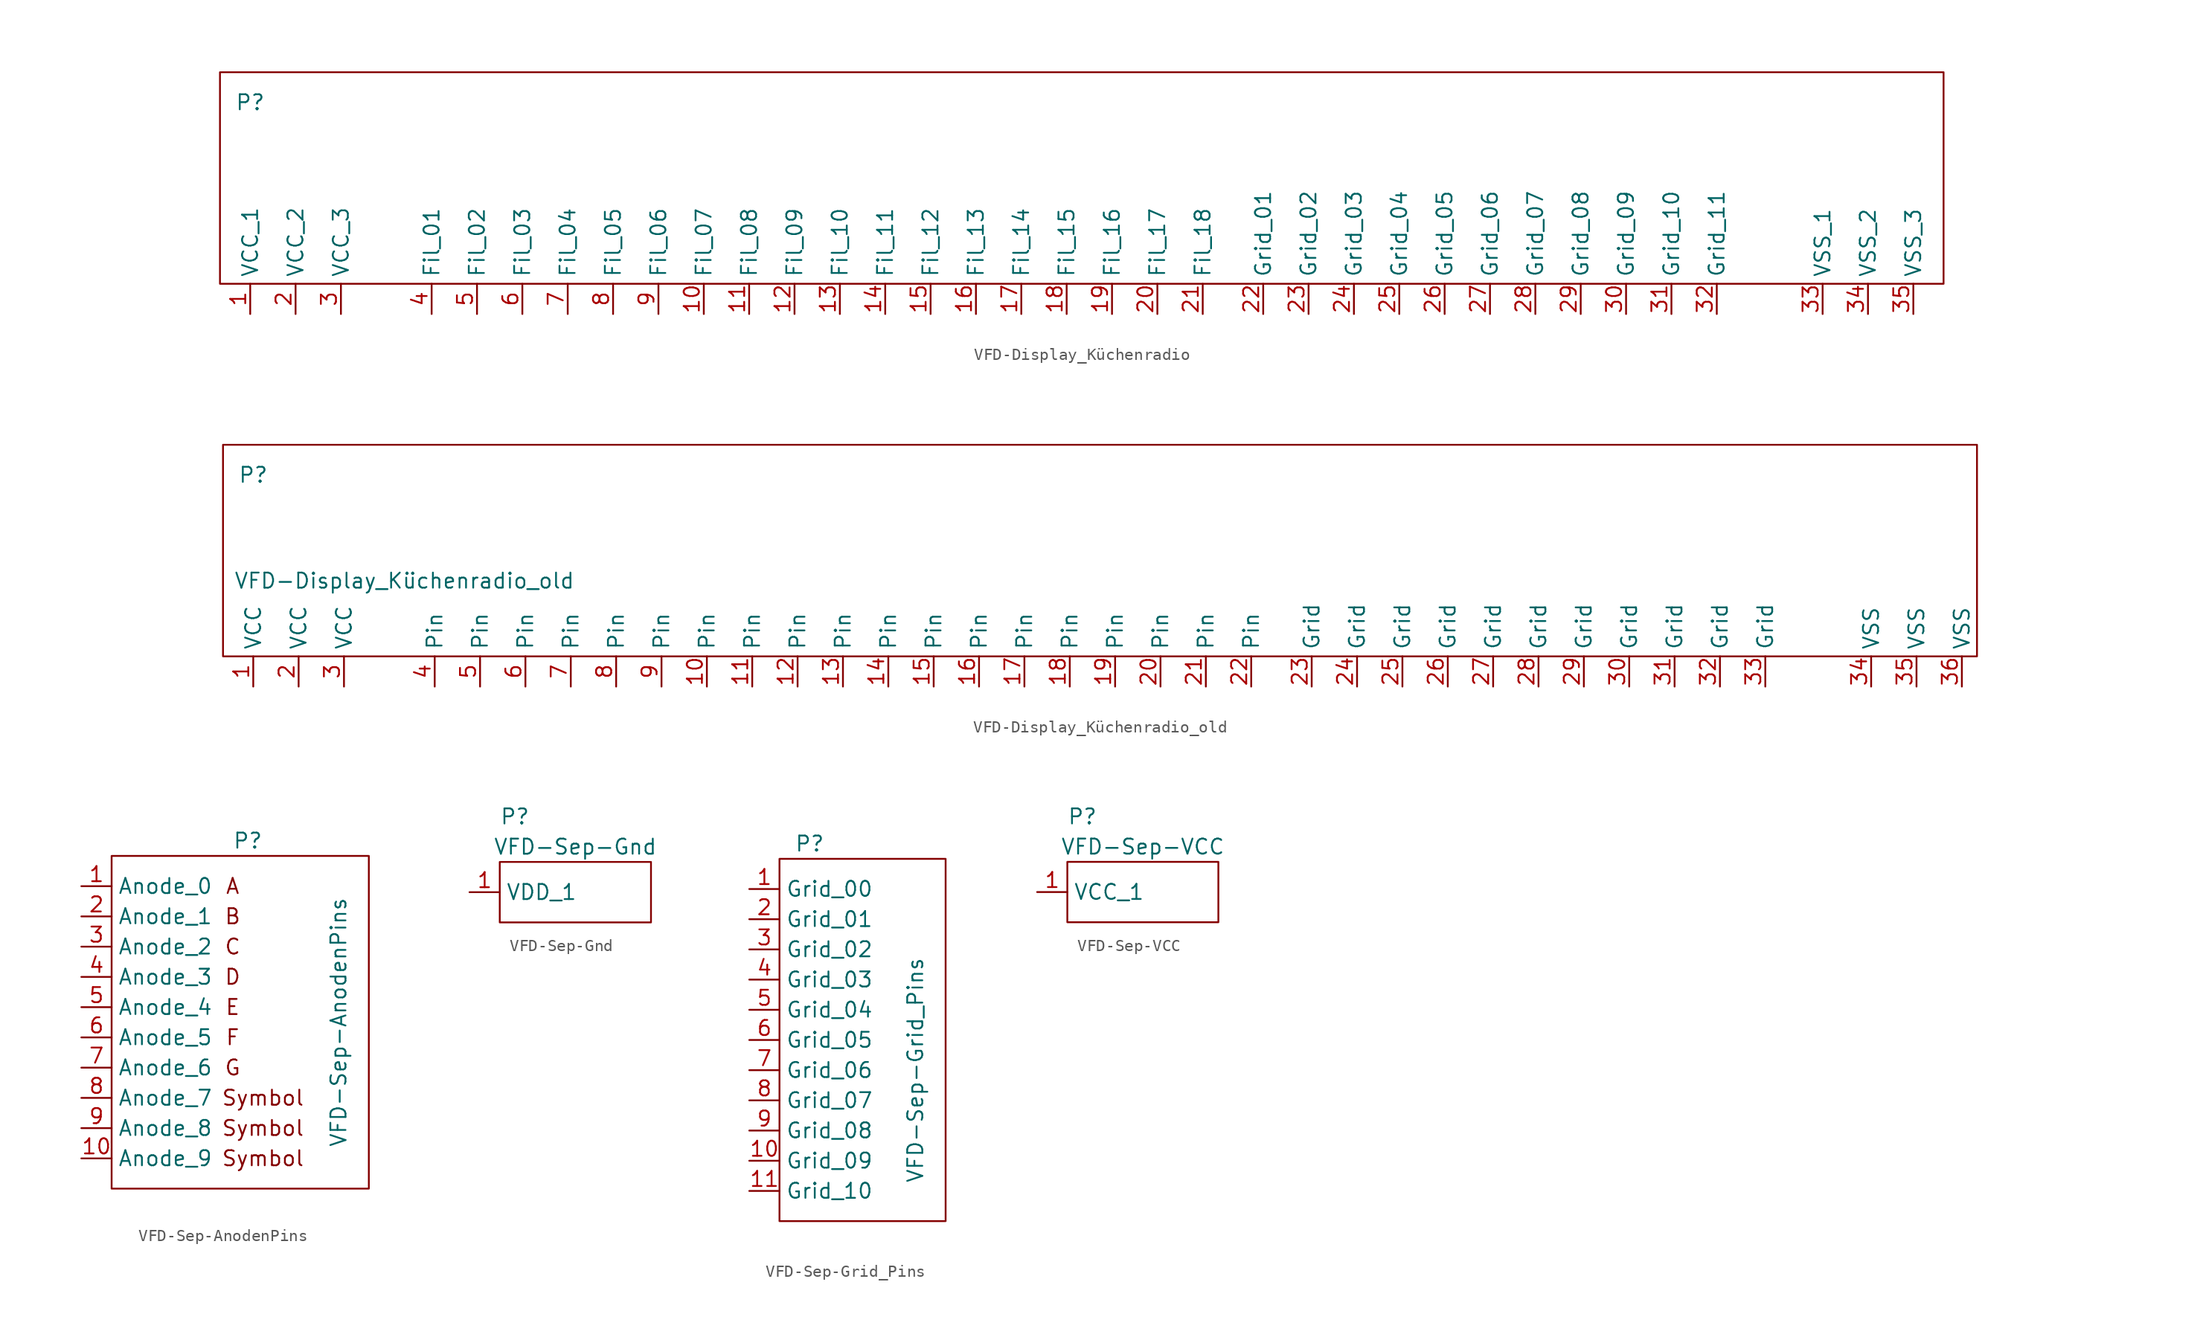
<source format=kicad_sym>
(kicad_symbol_lib
  (version 20220914)
  (generator kicad_symbol_editor)
  (symbol "VFD-Display_Küchenradio"
    (property "Reference" "P"
      (at 0 17.78 0)
      (effects (font (size 1.27 1.27))))
    (property "Value" ""
      (at 12.7 8.89 0)
      (effects (font (size 1.27 1.27))))
    (symbol "VFD-Display_Küchenradio_0_1"
      (rectangle (start -2.54 20.32) (end 142.24 2.54) (stroke (width 0) (type default)) (fill (type none))))
    (symbol "VFD-Display_Küchenradio_1_1"
      (pin power_in line (at 0 0 90) (length 2.54) (name "VCC_1" (effects (font (size 1.27 1.27)))) (number "1" (effects (font (size 1.27 1.27)))))
      (pin input line (at 38.1 0 90) (length 2.54) (name "Fil_07" (effects (font (size 1.27 1.27)))) (number "10" (effects (font (size 1.27 1.27)))))
      (pin input line (at 41.91 0 90) (length 2.54) (name "Fil_08" (effects (font (size 1.27 1.27)))) (number "11" (effects (font (size 1.27 1.27)))))
      (pin input line (at 45.72 0 90) (length 2.54) (name "Fil_09" (effects (font (size 1.27 1.27)))) (number "12" (effects (font (size 1.27 1.27)))))
      (pin input line (at 49.53 0 90) (length 2.54) (name "Fil_10" (effects (font (size 1.27 1.27)))) (number "13" (effects (font (size 1.27 1.27)))))
      (pin input line (at 53.34 0 90) (length 2.54) (name "Fil_11" (effects (font (size 1.27 1.27)))) (number "14" (effects (font (size 1.27 1.27)))))
      (pin input line (at 57.15 0 90) (length 2.54) (name "Fil_12" (effects (font (size 1.27 1.27)))) (number "15" (effects (font (size 1.27 1.27)))))
      (pin input line (at 60.96 0 90) (length 2.54) (name "Fil_13" (effects (font (size 1.27 1.27)))) (number "16" (effects (font (size 1.27 1.27)))))
      (pin input line (at 64.77 0 90) (length 2.54) (name "Fil_14" (effects (font (size 1.27 1.27)))) (number "17" (effects (font (size 1.27 1.27)))))
      (pin input line (at 68.58 0 90) (length 2.54) (name "Fil_15" (effects (font (size 1.27 1.27)))) (number "18" (effects (font (size 1.27 1.27)))))
      (pin input line (at 72.39 0 90) (length 2.54) (name "Fil_16" (effects (font (size 1.27 1.27)))) (number "19" (effects (font (size 1.27 1.27)))))
      (pin power_in line (at 3.81 0 90) (length 2.54) (name "VCC_2" (effects (font (size 1.27 1.27)))) (number "2" (effects (font (size 1.27 1.27)))))
      (pin input line (at 76.2 0 90) (length 2.54) (name "Fil_17" (effects (font (size 1.27 1.27)))) (number "20" (effects (font (size 1.27 1.27)))))
      (pin input line (at 80.01 0 90) (length 2.54) (name "Fil_18" (effects (font (size 1.27 1.27)))) (number "21" (effects (font (size 1.27 1.27)))))
      (pin input line (at 85.09 0 90) (length 2.54) (name "Grid_01" (effects (font (size 1.27 1.27)))) (number "22" (effects (font (size 1.27 1.27)))))
      (pin input line (at 88.9 0 90) (length 2.54) (name "Grid_02" (effects (font (size 1.27 1.27)))) (number "23" (effects (font (size 1.27 1.27)))))
      (pin input line (at 92.71 0 90) (length 2.54) (name "Grid_03" (effects (font (size 1.27 1.27)))) (number "24" (effects (font (size 1.27 1.27)))))
      (pin input line (at 96.52 0 90) (length 2.54) (name "Grid_04" (effects (font (size 1.27 1.27)))) (number "25" (effects (font (size 1.27 1.27)))))
      (pin input line (at 100.33 0 90) (length 2.54) (name "Grid_05" (effects (font (size 1.27 1.27)))) (number "26" (effects (font (size 1.27 1.27)))))
      (pin input line (at 104.14 0 90) (length 2.54) (name "Grid_06" (effects (font (size 1.27 1.27)))) (number "27" (effects (font (size 1.27 1.27)))))
      (pin input line (at 107.95 0 90) (length 2.54) (name "Grid_07" (effects (font (size 1.27 1.27)))) (number "28" (effects (font (size 1.27 1.27)))))
      (pin input line (at 111.76 0 90) (length 2.54) (name "Grid_08" (effects (font (size 1.27 1.27)))) (number "29" (effects (font (size 1.27 1.27)))))
      (pin power_in line (at 7.62 0 90) (length 2.54) (name "VCC_3" (effects (font (size 1.27 1.27)))) (number "3" (effects (font (size 1.27 1.27)))))
      (pin input line (at 115.57 0 90) (length 2.54) (name "Grid_09" (effects (font (size 1.27 1.27)))) (number "30" (effects (font (size 1.27 1.27)))))
      (pin input line (at 119.38 0 90) (length 2.54) (name "Grid_10" (effects (font (size 1.27 1.27)))) (number "31" (effects (font (size 1.27 1.27)))))
      (pin input line (at 123.19 0 90) (length 2.54) (name "Grid_11" (effects (font (size 1.27 1.27)))) (number "32" (effects (font (size 1.27 1.27)))))
      (pin power_in line (at 132.08 0 90) (length 2.54) (name "VSS_1" (effects (font (size 1.27 1.27)))) (number "33" (effects (font (size 1.27 1.27)))))
      (pin power_in line (at 135.89 0 90) (length 2.54) (name "VSS_2" (effects (font (size 1.27 1.27)))) (number "34" (effects (font (size 1.27 1.27)))))
      (pin power_in line (at 139.7 0 90) (length 2.54) (name "VSS_3" (effects (font (size 1.27 1.27)))) (number "35" (effects (font (size 1.27 1.27)))))
      (pin input line (at 15.24 0 90) (length 2.54) (name "Fil_01" (effects (font (size 1.27 1.27)))) (number "4" (effects (font (size 1.27 1.27)))))
      (pin input line (at 19.05 0 90) (length 2.54) (name "Fil_02" (effects (font (size 1.27 1.27)))) (number "5" (effects (font (size 1.27 1.27)))))
      (pin input line (at 22.86 0 90) (length 2.54) (name "Fil_03" (effects (font (size 1.27 1.27)))) (number "6" (effects (font (size 1.27 1.27)))))
      (pin input line (at 26.67 0 90) (length 2.54) (name "Fil_04" (effects (font (size 1.27 1.27)))) (number "7" (effects (font (size 1.27 1.27)))))
      (pin input line (at 30.48 0 90) (length 2.54) (name "Fil_05" (effects (font (size 1.27 1.27)))) (number "8" (effects (font (size 1.27 1.27)))))
      (pin input line (at 34.29 0 90) (length 2.54) (name "Fil_06" (effects (font (size 1.27 1.27)))) (number "9" (effects (font (size 1.27 1.27)))))))
  (symbol "VFD-Display_Küchenradio_old"
    (property "Reference" "P"
      (at 0 17.78 0)
      (effects (font (size 1.27 1.27))))
    (property "Value" "VFD-Display_Küchenradio_old"
      (at 12.7 8.89 0)
      (effects (font (size 1.27 1.27))))
    (symbol "VFD-Display_Küchenradio_old_0_1"
      (rectangle (start -2.54 20.32) (end 144.78 2.54) (stroke (width 0) (type default)) (fill (type none))))
    (symbol "VFD-Display_Küchenradio_old_1_1"
      (pin input line (at 0 0 90) (length 2.54) (name "VCC" (effects (font (size 1.27 1.27)))) (number "1" (effects (font (size 1.27 1.27)))))
      (pin input line (at 38.1 0 90) (length 2.54) (name "Pin" (effects (font (size 1.27 1.27)))) (number "10" (effects (font (size 1.27 1.27)))))
      (pin input line (at 41.91 0 90) (length 2.54) (name "Pin" (effects (font (size 1.27 1.27)))) (number "11" (effects (font (size 1.27 1.27)))))
      (pin input line (at 45.72 0 90) (length 2.54) (name "Pin" (effects (font (size 1.27 1.27)))) (number "12" (effects (font (size 1.27 1.27)))))
      (pin input line (at 49.53 0 90) (length 2.54) (name "Pin" (effects (font (size 1.27 1.27)))) (number "13" (effects (font (size 1.27 1.27)))))
      (pin input line (at 53.34 0 90) (length 2.54) (name "Pin" (effects (font (size 1.27 1.27)))) (number "14" (effects (font (size 1.27 1.27)))))
      (pin input line (at 57.15 0 90) (length 2.54) (name "Pin" (effects (font (size 1.27 1.27)))) (number "15" (effects (font (size 1.27 1.27)))))
      (pin input line (at 60.96 0 90) (length 2.54) (name "Pin" (effects (font (size 1.27 1.27)))) (number "16" (effects (font (size 1.27 1.27)))))
      (pin input line (at 64.77 0 90) (length 2.54) (name "Pin" (effects (font (size 1.27 1.27)))) (number "17" (effects (font (size 1.27 1.27)))))
      (pin input line (at 68.58 0 90) (length 2.54) (name "Pin" (effects (font (size 1.27 1.27)))) (number "18" (effects (font (size 1.27 1.27)))))
      (pin input line (at 72.39 0 90) (length 2.54) (name "Pin" (effects (font (size 1.27 1.27)))) (number "19" (effects (font (size 1.27 1.27)))))
      (pin input line (at 3.81 0 90) (length 2.54) (name "VCC" (effects (font (size 1.27 1.27)))) (number "2" (effects (font (size 1.27 1.27)))))
      (pin input line (at 76.2 0 90) (length 2.54) (name "Pin" (effects (font (size 1.27 1.27)))) (number "20" (effects (font (size 1.27 1.27)))))
      (pin input line (at 80.01 0 90) (length 2.54) (name "Pin" (effects (font (size 1.27 1.27)))) (number "21" (effects (font (size 1.27 1.27)))))
      (pin input line (at 83.82 0 90) (length 2.54) (name "Pin" (effects (font (size 1.27 1.27)))) (number "22" (effects (font (size 1.27 1.27)))))
      (pin input line (at 88.9 0 90) (length 2.54) (name "Grid" (effects (font (size 1.27 1.27)))) (number "23" (effects (font (size 1.27 1.27)))))
      (pin input line (at 92.71 0 90) (length 2.54) (name "Grid" (effects (font (size 1.27 1.27)))) (number "24" (effects (font (size 1.27 1.27)))))
      (pin input line (at 96.52 0 90) (length 2.54) (name "Grid" (effects (font (size 1.27 1.27)))) (number "25" (effects (font (size 1.27 1.27)))))
      (pin input line (at 100.33 0 90) (length 2.54) (name "Grid" (effects (font (size 1.27 1.27)))) (number "26" (effects (font (size 1.27 1.27)))))
      (pin input line (at 104.14 0 90) (length 2.54) (name "Grid" (effects (font (size 1.27 1.27)))) (number "27" (effects (font (size 1.27 1.27)))))
      (pin input line (at 107.95 0 90) (length 2.54) (name "Grid" (effects (font (size 1.27 1.27)))) (number "28" (effects (font (size 1.27 1.27)))))
      (pin input line (at 111.76 0 90) (length 2.54) (name "Grid" (effects (font (size 1.27 1.27)))) (number "29" (effects (font (size 1.27 1.27)))))
      (pin input line (at 7.62 0 90) (length 2.54) (name "VCC" (effects (font (size 1.27 1.27)))) (number "3" (effects (font (size 1.27 1.27)))))
      (pin input line (at 115.57 0 90) (length 2.54) (name "Grid" (effects (font (size 1.27 1.27)))) (number "30" (effects (font (size 1.27 1.27)))))
      (pin input line (at 119.38 0 90) (length 2.54) (name "Grid" (effects (font (size 1.27 1.27)))) (number "31" (effects (font (size 1.27 1.27)))))
      (pin input line (at 123.19 0 90) (length 2.54) (name "Grid" (effects (font (size 1.27 1.27)))) (number "32" (effects (font (size 1.27 1.27)))))
      (pin input line (at 127 0 90) (length 2.54) (name "Grid" (effects (font (size 1.27 1.27)))) (number "33" (effects (font (size 1.27 1.27)))))
      (pin input line (at 135.89 0 90) (length 2.54) (name "VSS" (effects (font (size 1.27 1.27)))) (number "34" (effects (font (size 1.27 1.27)))))
      (pin input line (at 139.7 0 90) (length 2.54) (name "VSS" (effects (font (size 1.27 1.27)))) (number "35" (effects (font (size 1.27 1.27)))))
      (pin input line (at 143.51 0 90) (length 2.54) (name "VSS" (effects (font (size 1.27 1.27)))) (number "36" (effects (font (size 1.27 1.27)))))
      (pin input line (at 15.24 0 90) (length 2.54) (name "Pin" (effects (font (size 1.27 1.27)))) (number "4" (effects (font (size 1.27 1.27)))))
      (pin input line (at 19.05 0 90) (length 2.54) (name "Pin" (effects (font (size 1.27 1.27)))) (number "5" (effects (font (size 1.27 1.27)))))
      (pin input line (at 22.86 0 90) (length 2.54) (name "Pin" (effects (font (size 1.27 1.27)))) (number "6" (effects (font (size 1.27 1.27)))))
      (pin input line (at 26.67 0 90) (length 2.54) (name "Pin" (effects (font (size 1.27 1.27)))) (number "7" (effects (font (size 1.27 1.27)))))
      (pin input line (at 30.48 0 90) (length 2.54) (name "Pin" (effects (font (size 1.27 1.27)))) (number "8" (effects (font (size 1.27 1.27)))))
      (pin input line (at 34.29 0 90) (length 2.54) (name "Pin" (effects (font (size 1.27 1.27)))) (number "9" (effects (font (size 1.27 1.27)))))))
  (symbol "VFD-Sep-AnodenPins"
    (property "Reference" "P"
      (at 13.97 3.81 0)
      (effects (font (size 1.27 1.27))))
    (property "Value" "VFD-Sep-AnodenPins"
      (at 21.59 -11.43 90)
      (effects (font (size 1.27 1.27))))
    (symbol "VFD-Sep-AnodenPins_0_1"
      (rectangle (start 2.54 2.54) (end 24.13 -25.4) (stroke (width 0) (type default)) (fill (type none))))
    (symbol "VFD-Sep-AnodenPins_1_1"
      (text "A" (at 12.7 0 0) (effects (font (size 1.27 1.27))))
      (text "B" (at 12.7 -2.54 0) (effects (font (size 1.27 1.27))))
      (text "C" (at 12.7 -5.08 0) (effects (font (size 1.27 1.27))))
      (text "D" (at 12.7 -7.62 0) (effects (font (size 1.27 1.27))))
      (text "E" (at 12.7 -10.16 0) (effects (font (size 1.27 1.27))))
      (text "F" (at 12.7 -12.7 0) (effects (font (size 1.27 1.27))))
      (text "G" (at 12.7 -15.24 0) (effects (font (size 1.27 1.27))))
      (text "Symbol" (at 15.24 -22.86 0) (effects (font (size 1.27 1.27))))
      (text "Symbol" (at 15.24 -20.32 0) (effects (font (size 1.27 1.27))))
      (text "Symbol" (at 15.24 -17.78 0) (effects (font (size 1.27 1.27))))
      (pin input line (at 0 0 0) (length 2.54) (name "Anode_0" (effects (font (size 1.27 1.27)))) (number "1" (effects (font (size 1.27 1.27)))))
      (pin input line (at 0 -22.86 0) (length 2.54) (name "Anode_9" (effects (font (size 1.27 1.27)))) (number "10" (effects (font (size 1.27 1.27)))))
      (pin input line (at 0 -2.54 0) (length 2.54) (name "Anode_1" (effects (font (size 1.27 1.27)))) (number "2" (effects (font (size 1.27 1.27)))))
      (pin input line (at 0 -5.08 0) (length 2.54) (name "Anode_2" (effects (font (size 1.27 1.27)))) (number "3" (effects (font (size 1.27 1.27)))))
      (pin input line (at 0 -7.62 0) (length 2.54) (name "Anode_3" (effects (font (size 1.27 1.27)))) (number "4" (effects (font (size 1.27 1.27)))))
      (pin input line (at 0 -10.16 0) (length 2.54) (name "Anode_4" (effects (font (size 1.27 1.27)))) (number "5" (effects (font (size 1.27 1.27)))))
      (pin input line (at 0 -12.7 0) (length 2.54) (name "Anode_5" (effects (font (size 1.27 1.27)))) (number "6" (effects (font (size 1.27 1.27)))))
      (pin input line (at 0 -15.24 0) (length 2.54) (name "Anode_6" (effects (font (size 1.27 1.27)))) (number "7" (effects (font (size 1.27 1.27)))))
      (pin input line (at 0 -17.78 0) (length 2.54) (name "Anode_7" (effects (font (size 1.27 1.27)))) (number "8" (effects (font (size 1.27 1.27)))))
      (pin input line (at 0 -20.32 0) (length 2.54) (name "Anode_8" (effects (font (size 1.27 1.27)))) (number "9" (effects (font (size 1.27 1.27)))))))
  (symbol "VFD-Sep-Gnd"
    (property "Reference" "P"
      (at 3.81 6.35 0)
      (effects (font (size 1.27 1.27))))
    (property "Value" "VFD-Sep-Gnd"
      (at 8.89 3.81 0)
      (effects (font (size 1.27 1.27))))
    (symbol "VFD-Sep-Gnd_0_1"
      (rectangle (start 2.54 2.54) (end 15.24 -2.54) (stroke (width 0) (type default)) (fill (type none))))
    (symbol "VFD-Sep-Gnd_1_1"
      (pin power_in line (at 0 0 0) (length 2.54) (name "VDD_1" (effects (font (size 1.27 1.27)))) (number "1" (effects (font (size 1.27 1.27)))))))
  (symbol "VFD-Sep-Grid_Pins"
    (property "Reference" "P"
      (at 5.08 3.81 0)
      (effects (font (size 1.27 1.27))))
    (property "Value" "VFD-Sep-Grid_Pins"
      (at 13.97 -15.24 90)
      (effects (font (size 1.27 1.27))))
    (symbol "VFD-Sep-Grid_Pins_0_1"
      (rectangle (start 2.54 2.54) (end 16.51 -27.94) (stroke (width 0) (type default)) (fill (type none))))
    (symbol "VFD-Sep-Grid_Pins_1_1"
      (pin input line (at 0 0 0) (length 2.54) (name "Grid_00" (effects (font (size 1.27 1.27)))) (number "1" (effects (font (size 1.27 1.27)))))
      (pin input line (at 0 -22.86 0) (length 2.54) (name "Grid_09" (effects (font (size 1.27 1.27)))) (number "10" (effects (font (size 1.27 1.27)))))
      (pin input line (at 0 -25.4 0) (length 2.54) (name "Grid_10" (effects (font (size 1.27 1.27)))) (number "11" (effects (font (size 1.27 1.27)))))
      (pin input line (at 0 -2.54 0) (length 2.54) (name "Grid_01" (effects (font (size 1.27 1.27)))) (number "2" (effects (font (size 1.27 1.27)))))
      (pin input line (at 0 -5.08 0) (length 2.54) (name "Grid_02" (effects (font (size 1.27 1.27)))) (number "3" (effects (font (size 1.27 1.27)))))
      (pin input line (at 0 -7.62 0) (length 2.54) (name "Grid_03" (effects (font (size 1.27 1.27)))) (number "4" (effects (font (size 1.27 1.27)))))
      (pin input line (at 0 -10.16 0) (length 2.54) (name "Grid_04" (effects (font (size 1.27 1.27)))) (number "5" (effects (font (size 1.27 1.27)))))
      (pin input line (at 0 -12.7 0) (length 2.54) (name "Grid_05" (effects (font (size 1.27 1.27)))) (number "6" (effects (font (size 1.27 1.27)))))
      (pin input line (at 0 -15.24 0) (length 2.54) (name "Grid_06" (effects (font (size 1.27 1.27)))) (number "7" (effects (font (size 1.27 1.27)))))
      (pin input line (at 0 -17.78 0) (length 2.54) (name "Grid_07" (effects (font (size 1.27 1.27)))) (number "8" (effects (font (size 1.27 1.27)))))
      (pin input line (at 0 -20.32 0) (length 2.54) (name "Grid_08" (effects (font (size 1.27 1.27)))) (number "9" (effects (font (size 1.27 1.27)))))))
  (symbol "VFD-Sep-VCC"
    (property "Reference" "P"
      (at 3.81 6.35 0)
      (effects (font (size 1.27 1.27))))
    (property "Value" "VFD-Sep-VCC"
      (at 8.89 3.81 0)
      (effects (font (size 1.27 1.27))))
    (symbol "VFD-Sep-VCC_0_1"
      (rectangle (start 2.54 2.54) (end 15.24 -2.54) (stroke (width 0) (type default)) (fill (type none))))
    (symbol "VFD-Sep-VCC_1_1"
      (pin power_in line (at 0 0 0) (length 2.54) (name "VCC_1" (effects (font (size 1.27 1.27)))) (number "1" (effects (font (size 1.27 1.27))))))))
</source>
